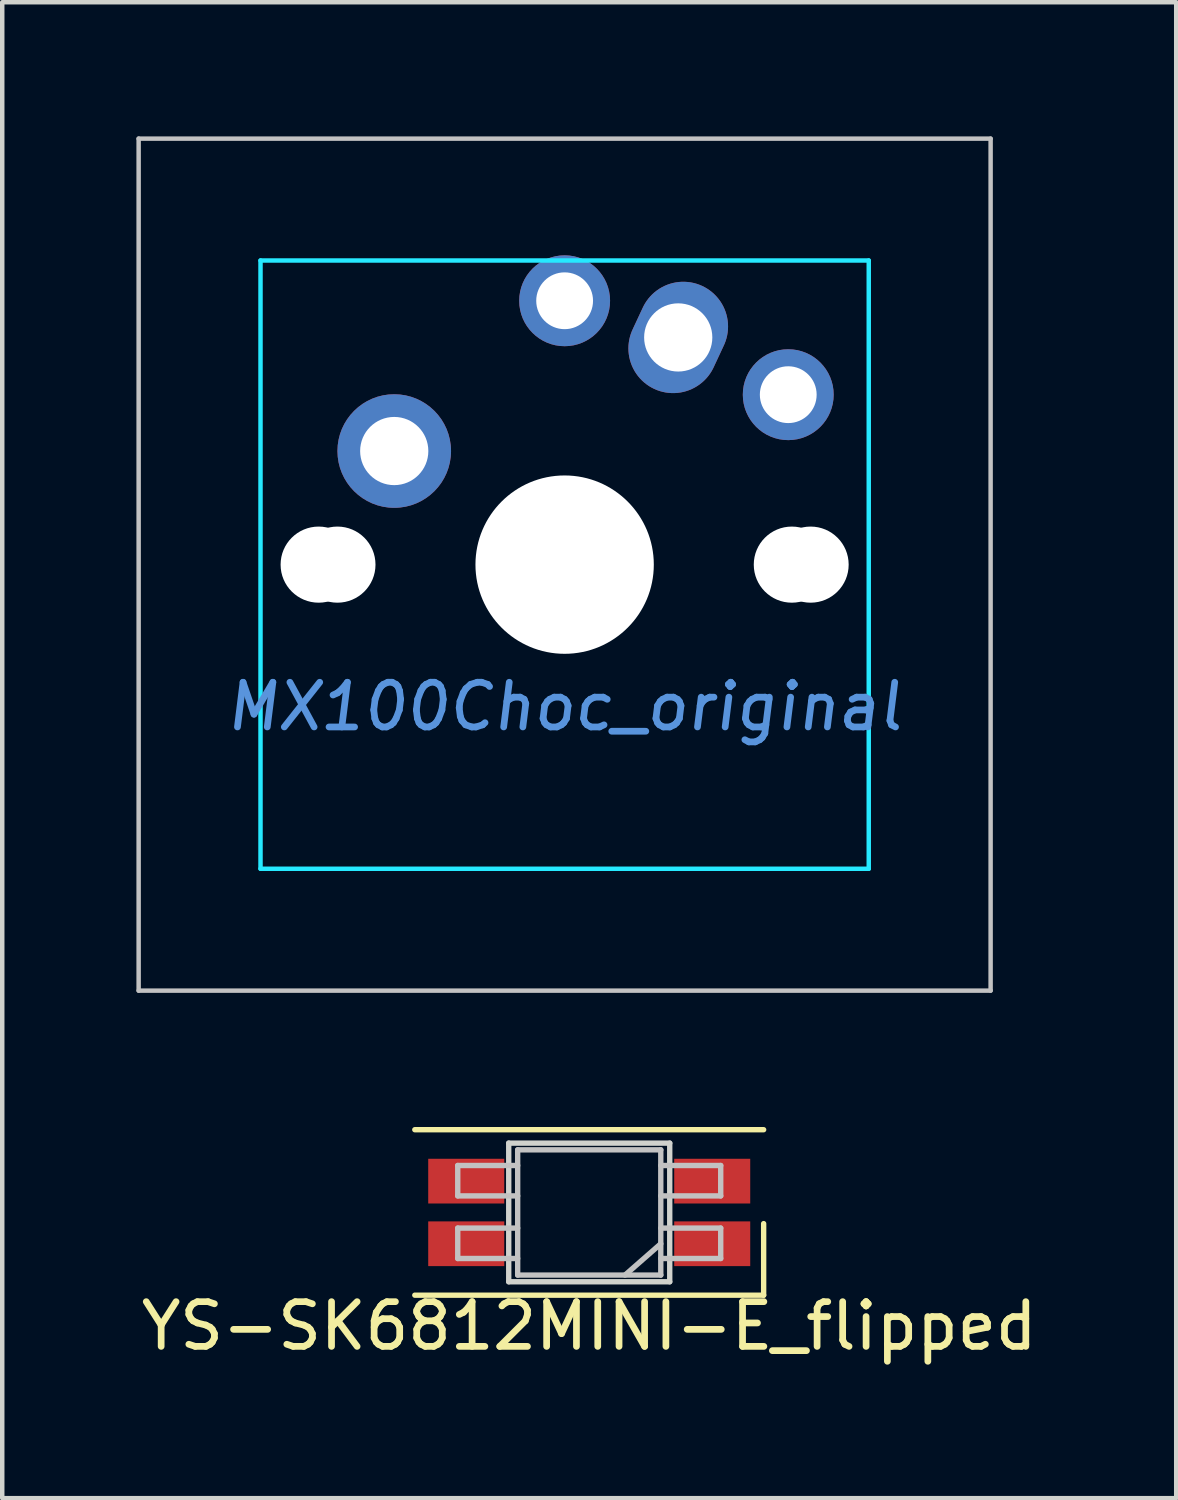
<source format=kicad_pcb>
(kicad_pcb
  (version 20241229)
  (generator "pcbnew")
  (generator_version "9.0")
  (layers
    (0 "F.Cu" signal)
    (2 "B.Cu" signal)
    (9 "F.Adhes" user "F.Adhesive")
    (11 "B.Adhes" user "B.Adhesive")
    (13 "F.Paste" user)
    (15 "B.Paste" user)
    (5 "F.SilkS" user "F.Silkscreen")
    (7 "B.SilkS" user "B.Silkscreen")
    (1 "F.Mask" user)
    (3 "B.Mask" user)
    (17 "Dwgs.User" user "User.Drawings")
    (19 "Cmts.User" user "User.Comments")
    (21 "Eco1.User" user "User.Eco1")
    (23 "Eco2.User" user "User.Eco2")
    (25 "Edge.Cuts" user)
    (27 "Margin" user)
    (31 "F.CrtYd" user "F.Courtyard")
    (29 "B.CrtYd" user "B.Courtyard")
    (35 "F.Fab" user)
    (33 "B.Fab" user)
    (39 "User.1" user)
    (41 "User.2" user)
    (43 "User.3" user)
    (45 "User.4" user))
  (footprint "MX100Choc_original"
    (layer "F.Cu")
    (at 9.575 9.575)
    (property "Reference" "MX100Choc_original" (at 0 3.175 0) (layer "Cmts.User") (effects (font (size 1 1) (thickness 0.15) (italic yes))))
    (attr through_hole)
    (fp_line (start -9.525 -9.525) (end 9.525 -9.525) (stroke (width 0.1) (type solid)) (layer "Dwgs.User"))
    (fp_line (start -9.525 9.525) (end -9.525 -9.525) (stroke (width 0.1) (type solid)) (layer "Dwgs.User"))
    (fp_line (start 9.525 -9.525) (end 9.525 9.525) (stroke (width 0.1) (type solid)) (layer "Dwgs.User"))
    (fp_line (start 9.525 9.525) (end -9.525 9.525) (stroke (width 0.1) (type solid)) (layer "Dwgs.User"))
    (fp_line (start -8.001 -5.715) (end -8.001 -3.175) (stroke (width 0.1) (type solid)) (layer "Eco1.User"))
    (fp_line (start -8.001 5.715) (end -8.001 3.175) (stroke (width 0.1) (type solid)) (layer "Eco1.User"))
    (fp_line (start -7.747 -5.969) (end -7.239 -5.969) (stroke (width 0.1) (type solid)) (layer "Eco1.User"))
    (fp_line (start -7.747 -2.921) (end -7.239 -2.921) (stroke (width 0.1) (type solid)) (layer "Eco1.User"))
    (fp_line (start -7.747 2.921) (end -7.239 2.921) (stroke (width 0.1) (type solid)) (layer "Eco1.User"))
    (fp_line (start -7.747 5.969) (end -7.239 5.969) (stroke (width 0.1) (type solid)) (layer "Eco1.User"))
    (fp_line (start -6.985 -6.223) (end -6.985 -6.731) (stroke (width 0.1) (type solid)) (layer "Eco1.User"))
    (fp_line (start -6.985 -2.667) (end -6.985 2.667) (stroke (width 0.1) (type solid)) (layer "Eco1.User"))
    (fp_line (start -6.985 6.223) (end -6.985 6.731) (stroke (width 0.1) (type solid)) (layer "Eco1.User"))
    (fp_line (start -2.159 0) (end 2.159 0) (stroke (width 0.1) (type solid)) (layer "Eco1.User"))
    (fp_line (start 0 -2.286) (end 0 2.286) (stroke (width 0.1) (type solid)) (layer "Eco1.User"))
    (fp_line (start 6.731 -6.985) (end -6.731 -6.985) (stroke (width 0.1) (type solid)) (layer "Eco1.User"))
    (fp_line (start 6.731 6.985) (end -6.731 6.985) (stroke (width 0.1) (type solid)) (layer "Eco1.User"))
    (fp_line (start 6.985 -6.223) (end 6.985 -6.731) (stroke (width 0.1) (type solid)) (layer "Eco1.User"))
    (fp_line (start 6.985 2.667) (end 6.985 -2.667) (stroke (width 0.1) (type solid)) (layer "Eco1.User"))
    (fp_line (start 6.985 6.223) (end 6.985 6.731) (stroke (width 0.1) (type solid)) (layer "Eco1.User"))
    (fp_line (start 7.747 -5.969) (end 7.239 -5.969) (stroke (width 0.1) (type solid)) (layer "Eco1.User"))
    (fp_line (start 7.747 -2.921) (end 7.239 -2.921) (stroke (width 0.1) (type solid)) (layer "Eco1.User"))
    (fp_line (start 7.747 2.921) (end 7.239 2.921) (stroke (width 0.1) (type solid)) (layer "Eco1.User"))
    (fp_line (start 7.747 5.969) (end 7.239 5.969) (stroke (width 0.1) (type solid)) (layer "Eco1.User"))
    (fp_line (start 8.001 -5.715) (end 8.001 -3.175) (stroke (width 0.1) (type solid)) (layer "Eco1.User"))
    (fp_line (start 8.001 5.715) (end 8.001 3.175) (stroke (width 0.1) (type solid)) (layer "Eco1.User"))
    (fp_arc (start -8.001 -5.715) (mid -7.926605 -5.894605) (end -7.747 -5.969) (stroke (width 0.1) (type solid)) (layer "Eco1.User"))
    (fp_arc (start -8.001 3.175) (mid -7.926605 2.995395) (end -7.747 2.921) (stroke (width 0.1) (type solid)) (layer "Eco1.User"))
    (fp_arc (start -7.747 -2.921) (mid -7.926605 -2.995395) (end -8.001 -3.175) (stroke (width 0.1) (type solid)) (layer "Eco1.User"))
    (fp_arc (start -7.747 5.969) (mid -7.926605 5.894605) (end -8.001 5.715) (stroke (width 0.1) (type solid)) (layer "Eco1.User"))
    (fp_arc (start -7.239 -2.921) (mid -7.059395 -2.846605) (end -6.985 -2.667) (stroke (width 0.1) (type solid)) (layer "Eco1.User"))
    (fp_arc (start -7.239 5.969) (mid -7.059395 6.043395) (end -6.985 6.223) (stroke (width 0.1) (type solid)) (layer "Eco1.User"))
    (fp_arc (start -6.985 -6.731) (mid -6.910605 -6.910605) (end -6.731 -6.985) (stroke (width 0.1) (type solid)) (layer "Eco1.User"))
    (fp_arc (start -6.985 -6.223) (mid -7.059395 -6.043395) (end -7.239 -5.969) (stroke (width 0.1) (type solid)) (layer "Eco1.User"))
    (fp_arc (start -6.985 2.667) (mid -7.059395 2.846605) (end -7.239 2.921) (stroke (width 0.1) (type solid)) (layer "Eco1.User"))
    (fp_arc (start -6.731 6.985) (mid -6.910605 6.910605) (end -6.985 6.731) (stroke (width 0.1) (type solid)) (layer "Eco1.User"))
    (fp_arc (start 6.731 -6.985) (mid 6.910605 -6.910605) (end 6.985 -6.731) (stroke (width 0.1) (type solid)) (layer "Eco1.User"))
    (fp_arc (start 6.985 -2.667) (mid 7.059395 -2.846605) (end 7.239 -2.921) (stroke (width 0.1) (type solid)) (layer "Eco1.User"))
    (fp_arc (start 6.985 6.223) (mid 7.059395 6.043395) (end 7.239 5.969) (stroke (width 0.1) (type solid)) (layer "Eco1.User"))
    (fp_arc (start 6.985 6.731) (mid 6.910605 6.910605) (end 6.731 6.985) (stroke (width 0.1) (type solid)) (layer "Eco1.User"))
    (fp_arc (start 7.239 -5.969) (mid 7.059395 -6.043395) (end 6.985 -6.223) (stroke (width 0.1) (type solid)) (layer "Eco1.User"))
    (fp_arc (start 7.239 2.921) (mid 7.059395 2.846605) (end 6.985 2.667) (stroke (width 0.1) (type solid)) (layer "Eco1.User"))
    (fp_arc (start 7.747 -5.969) (mid 7.926605 -5.894605) (end 8.001 -5.715) (stroke (width 0.1) (type solid)) (layer "Eco1.User"))
    (fp_arc (start 7.747 2.921) (mid 7.926605 2.995395) (end 8.001 3.175) (stroke (width 0.1) (type solid)) (layer "Eco1.User"))
    (fp_arc (start 8.001 -3.175) (mid 7.926605 -2.995395) (end 7.747 -2.921) (stroke (width 0.1) (type solid)) (layer "Eco1.User"))
    (fp_arc (start 8.001 5.715) (mid 7.926605 5.894605) (end 7.747 5.969) (stroke (width 0.1) (type solid)) (layer "Eco1.User"))
    (fp_circle (center 0 0) (end 1.905 0) (stroke (width 0.1) (type solid)) (fill no) (layer "Eco1.User"))
    (fp_line (start -2.6 3.1) (end -2.6 6.3) (stroke (width 0.12) (type solid)) (layer "Eco2.User"))
    (fp_line (start -2.6 3.1) (end 2.6 3.1) (stroke (width 0.12) (type solid)) (layer "Eco2.User"))
    (fp_line (start 2.6 6.3) (end -2.6 6.3) (stroke (width 0.12) (type solid)) (layer "Eco2.User"))
    (fp_line (start 2.6 6.3) (end 2.6 3.1) (stroke (width 0.12) (type solid)) (layer "Eco2.User"))
    (fp_line (start -6.8 -6.8) (end -6.8 6.8) (stroke (width 0.1) (type solid)) (layer "B.CrtYd"))
    (fp_line (start -6.8 -6.8) (end 6.8 -6.8) (stroke (width 0.1) (type solid)) (layer "B.CrtYd"))
    (fp_line (start -6.8 6.8) (end 6.8 6.8) (stroke (width 0.1) (type solid)) (layer "B.CrtYd"))
    (fp_line (start 6.8 -6.8) (end 6.8 6.8) (stroke (width 0.1) (type solid)) (layer "B.CrtYd"))
    (pad "" np_thru_hole circle (at -5.5 0) (size 1.702 1.702) (drill 1.702) (layers "*.Cu" "*.Mask"))
    (pad "" np_thru_hole circle (at -5.08 0) (size 1.702 1.702) (drill 1.702) (layers "*.Cu" "*.Mask"))
    (pad "" np_thru_hole circle (at 0 0) (size 3.988 3.988) (drill 3.988) (layers "*.Cu" "*.Mask"))
    (pad "" np_thru_hole circle (at 5.08 0) (size 1.702 1.702) (drill 1.702) (layers "*.Cu" "*.Mask"))
    (pad "" np_thru_hole circle (at 5.5 0) (size 1.702 1.702) (drill 1.702) (layers "*.Cu" "*.Mask"))
    (pad "1" thru_hole circle (at -3.81 -2.54 90) (size 2.54 2.54) (drill 1.525) (layers "*.Cu" "*.Mask"))
    (pad "1" thru_hole circle (at 0 -5.9 90) (size 2.032 2.032) (drill 1.27) (layers "*.Cu" "*.Mask"))
    (pad "2" thru_hole oval (at 2.54 -5.08 335) (size 2 2.54) (drill 1.525) (layers "*.Cu" "*.Mask"))
    (pad "2" thru_hole circle (at 5 -3.8) (size 2.032 2.032) (drill 1.27) (layers "*.Cu" "*.Mask")))
  (footprint "YS-SK6812MINI-E_flipped"
    (layer "F.Cu")
    (at 10.125 24.06)
    (property "Reference" "YS-SK6812MINI-E_flipped" (at 0 2.54 0) (layer "F.SilkS") (effects (font (size 1 1) (thickness 0.15))))
    (attr through_hole)
    (fp_line (start -3.9 1.85) (end 3.9 1.85) (stroke (width 0.12) (type solid)) (layer "F.SilkS"))
    (fp_line (start 3.9 -1.85) (end -3.9 -1.85) (stroke (width 0.12) (type solid)) (layer "F.SilkS"))
    (fp_line (start 3.9 0.25) (end 3.9 1.85) (stroke (width 0.12) (type solid)) (layer "F.SilkS"))
    (fp_line (start -2.94 -1.05) (end -2.94 -0.37) (stroke (width 0.12) (type solid)) (layer "Dwgs.User"))
    (fp_line (start -2.94 -0.37) (end -1.6 -0.37) (stroke (width 0.12) (type solid)) (layer "Dwgs.User"))
    (fp_line (start -2.94 0.35) (end -2.94 1.03) (stroke (width 0.12) (type solid)) (layer "Dwgs.User"))
    (fp_line (start -2.94 1.03) (end -1.6 1.03) (stroke (width 0.12) (type solid)) (layer "Dwgs.User"))
    (fp_line (start -1.6 -1.4) (end -1.6 1.4) (stroke (width 0.12) (type solid)) (layer "Dwgs.User"))
    (fp_line (start -1.6 -1.4) (end 1.6 -1.4) (stroke (width 0.12) (type solid)) (layer "Dwgs.User"))
    (fp_line (start -1.6 -1.05) (end -2.94 -1.05) (stroke (width 0.12) (type solid)) (layer "Dwgs.User"))
    (fp_line (start -1.6 0.35) (end -2.94 0.35) (stroke (width 0.12) (type solid)) (layer "Dwgs.User"))
    (fp_line (start -1.6 1.4) (end 1.6 1.4) (stroke (width 0.12) (type solid)) (layer "Dwgs.User"))
    (fp_line (start 1.6 -1.4) (end 1.6 1.4) (stroke (width 0.12) (type solid)) (layer "Dwgs.User"))
    (fp_line (start 1.6 -0.37) (end 2.94 -0.37) (stroke (width 0.12) (type solid)) (layer "Dwgs.User"))
    (fp_line (start 1.6 0.7) (end 0.8 1.4) (stroke (width 0.12) (type solid)) (layer "Dwgs.User"))
    (fp_line (start 1.6 1.03) (end 2.94 1.03) (stroke (width 0.12) (type solid)) (layer "Dwgs.User"))
    (fp_line (start 2.94 -1.05) (end 1.6 -1.05) (stroke (width 0.12) (type solid)) (layer "Dwgs.User"))
    (fp_line (start 2.94 -0.37) (end 2.94 -1.05) (stroke (width 0.12) (type solid)) (layer "Dwgs.User"))
    (fp_line (start 2.94 0.35) (end 1.6 0.35) (stroke (width 0.12) (type solid)) (layer "Dwgs.User"))
    (fp_line (start 2.94 1.03) (end 2.94 0.35) (stroke (width 0.12) (type solid)) (layer "Dwgs.User"))
    (fp_line (start -1.8 -1.55) (end -1.8 1.55) (stroke (width 0.12) (type solid)) (layer "Edge.Cuts"))
    (fp_line (start -1.8 1.55) (end 1.8 1.55) (stroke (width 0.12) (type solid)) (layer "Edge.Cuts"))
    (fp_line (start 1.8 -1.55) (end -1.8 -1.55) (stroke (width 0.12) (type solid)) (layer "Edge.Cuts"))
    (fp_line (start 1.8 1.55) (end 1.8 -1.55) (stroke (width 0.12) (type solid)) (layer "Edge.Cuts"))
    (pad "1" smd rect (at -2.75 -0.7) (size 1.7 1) (layers "F.Cu" "F.Mask" "F.Paste"))
    (pad "2" smd rect (at -2.75 0.7) (size 1.7 1) (layers "F.Cu" "F.Mask" "F.Paste"))
    (pad "3" smd rect (at 2.75 0.7) (size 1.7 1) (layers "F.Cu" "F.Mask" "F.Paste"))
    (pad "4" smd rect (at 2.75 -0.7) (size 1.7 1) (layers "F.Cu" "F.Mask" "F.Paste")))
  (gr_rect
    (start -3 -3)
    (end 23.25 30.448)
    (stroke (width 0.1) (type default))
    (fill no)
    (layer "Edge.Cuts")))
</source>
